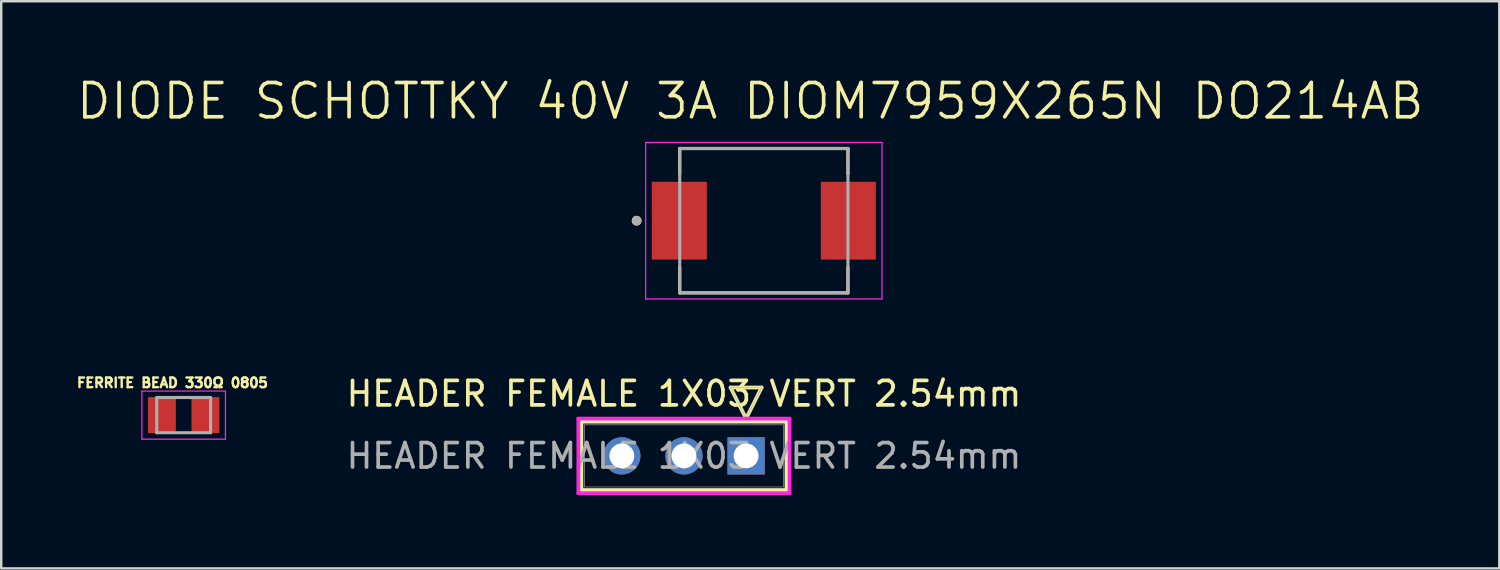
<source format=kicad_pcb>
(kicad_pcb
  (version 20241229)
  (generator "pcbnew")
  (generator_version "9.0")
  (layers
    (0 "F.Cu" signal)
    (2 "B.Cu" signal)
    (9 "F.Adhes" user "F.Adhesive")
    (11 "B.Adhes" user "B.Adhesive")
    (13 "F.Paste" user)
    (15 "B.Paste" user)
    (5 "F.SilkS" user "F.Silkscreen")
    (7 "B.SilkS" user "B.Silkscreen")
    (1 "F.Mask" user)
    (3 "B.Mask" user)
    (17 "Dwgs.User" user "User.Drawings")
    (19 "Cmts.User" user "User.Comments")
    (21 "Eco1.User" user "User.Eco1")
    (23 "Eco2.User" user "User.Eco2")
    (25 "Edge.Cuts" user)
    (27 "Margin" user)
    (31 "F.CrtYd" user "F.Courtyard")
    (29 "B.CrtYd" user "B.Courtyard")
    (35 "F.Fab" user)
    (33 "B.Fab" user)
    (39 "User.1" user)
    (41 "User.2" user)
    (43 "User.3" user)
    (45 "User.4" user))
  (footprint "DIODE SCHOTTKY 40V 3A DIOM7959X265N DO214AB"
    (layer "F.Cu")
    (at 28.173 5.971)
    (property "Reference" "DIODE SCHOTTKY 40V 3A DIOM7959X265N DO214AB" (at -0.555 -4.889 0) (layer "F.SilkS") (effects (font (size 1.4 1.4) (thickness 0.15))))
    (attr smd)
    (fp_line (start -3.438 -2.95) (end -3.438 -1.91) (stroke (width 0.127) (type solid)) (layer "F.SilkS"))
    (fp_line (start -3.438 1.91) (end -3.438 2.95) (stroke (width 0.127) (type solid)) (layer "F.SilkS"))
    (fp_line (start -3.438 2.95) (end 3.438 2.95) (stroke (width 0.127) (type solid)) (layer "F.SilkS"))
    (fp_line (start 3.438 -2.95) (end -3.438 -2.95) (stroke (width 0.127) (type solid)) (layer "F.SilkS"))
    (fp_line (start 3.438 -1.91) (end 3.438 -2.95) (stroke (width 0.127) (type solid)) (layer "F.SilkS"))
    (fp_line (start 3.438 2.95) (end 3.438 1.91) (stroke (width 0.127) (type solid)) (layer "F.SilkS"))
    (fp_circle (center -5.2 0) (end -5.1 0) (stroke (width 0.2) (type solid)) (fill no) (layer "F.SilkS"))
    (fp_line (start -4.83 -3.2) (end -4.83 3.2) (stroke (width 0.05) (type solid)) (layer "F.CrtYd"))
    (fp_line (start -4.83 3.2) (end 4.83 3.2) (stroke (width 0.05) (type solid)) (layer "F.CrtYd"))
    (fp_line (start 4.83 -3.2) (end -4.83 -3.2) (stroke (width 0.05) (type solid)) (layer "F.CrtYd"))
    (fp_line (start 4.83 3.2) (end 4.83 -3.2) (stroke (width 0.05) (type solid)) (layer "F.CrtYd"))
    (fp_line (start -3.438 -2.95) (end -3.438 2.95) (stroke (width 0.127) (type solid)) (layer "F.Fab"))
    (fp_line (start -3.438 2.95) (end 3.438 2.95) (stroke (width 0.127) (type solid)) (layer "F.Fab"))
    (fp_line (start 3.438 -2.95) (end -3.438 -2.95) (stroke (width 0.127) (type solid)) (layer "F.Fab"))
    (fp_line (start 3.438 2.95) (end 3.438 -2.95) (stroke (width 0.127) (type solid)) (layer "F.Fab"))
    (fp_circle (center -5.2 0) (end -5.1 0) (stroke (width 0.2) (type solid)) (fill no) (layer "F.Fab"))
    (pad "A" smd rect (at 3.455 0) (size 2.25 3.18) (layers "F.Cu" "F.Mask" "F.Paste"))
    (pad "C" smd rect (at -3.455 0) (size 2.25 3.18) (layers "F.Cu" "F.Mask" "F.Paste")))
  (footprint "HEADER FEMALE 1X03 VERT 2.54mm"
    (layer "F.Cu")
    (at 27.448 15.585)
    (property "Reference" "HEADER FEMALE 1X03 VERT 2.54mm" (at -2.54 -2.54 0) (unlocked yes) (layer "F.SilkS") (effects (font (size 1 1) (thickness 0.15))))
    (attr through_hole)
    (fp_line (start -6.731 -1.397) (end -6.731 1.397) (stroke (width 0.152) (type solid)) (layer "F.SilkS"))
    (fp_line (start -6.731 1.397) (end 1.651 1.397) (stroke (width 0.152) (type solid)) (layer "F.SilkS"))
    (fp_line (start -0.635 -2.794) (end 0.635 -2.794) (stroke (width 0.152) (type solid)) (layer "F.SilkS"))
    (fp_line (start 0 -1.524) (end -0.635 -2.794) (stroke (width 0.152) (type solid)) (layer "F.SilkS"))
    (fp_line (start 0.635 -2.794) (end 0 -1.524) (stroke (width 0.152) (type solid)) (layer "F.SilkS"))
    (fp_line (start 1.651 -1.397) (end -6.731 -1.397) (stroke (width 0.152) (type solid)) (layer "F.SilkS"))
    (fp_line (start 1.651 1.397) (end 1.651 -1.397) (stroke (width 0.152) (type solid)) (layer "F.SilkS"))
    (fp_line (start -6.858 -1.524) (end -6.858 1.524) (stroke (width 0.152) (type solid)) (layer "F.CrtYd"))
    (fp_line (start -6.858 1.524) (end 1.778 1.524) (stroke (width 0.152) (type solid)) (layer "F.CrtYd"))
    (fp_line (start 1.778 -1.524) (end -6.858 -1.524) (stroke (width 0.152) (type solid)) (layer "F.CrtYd"))
    (fp_line (start 1.778 1.524) (end 1.778 -1.524) (stroke (width 0.152) (type solid)) (layer "F.CrtYd"))
    (fp_line (start -6.604 -1.27) (end -6.604 1.27) (stroke (width 0.025) (type solid)) (layer "F.Fab"))
    (fp_line (start -6.604 1.27) (end 1.524 1.27) (stroke (width 0.025) (type solid)) (layer "F.Fab"))
    (fp_line (start -0.635 -2.794) (end 0.635 -2.794) (stroke (width 0.025) (type solid)) (layer "F.Fab"))
    (fp_line (start 0 -1.524) (end -0.635 -2.794) (stroke (width 0.025) (type solid)) (layer "F.Fab"))
    (fp_line (start 0.635 -2.794) (end 0 -1.524) (stroke (width 0.025) (type solid)) (layer "F.Fab"))
    (fp_line (start 1.524 -1.27) (end -6.604 -1.27) (stroke (width 0.025) (type solid)) (layer "F.Fab"))
    (fp_line (start 1.524 1.27) (end 1.524 -1.27) (stroke (width 0.025) (type solid)) (layer "F.Fab"))
    (fp_text user "${REFERENCE}" (at -2.54 0 0) (unlocked yes) (layer "F.Fab") (effects (font (size 1 1) (thickness 0.15))))
    (pad "1" thru_hole rect (at 0 0) (size 1.524 1.524) (drill 1.016) (layers "*.Cu" "*.Mask"))
    (pad "2" thru_hole circle (at -2.54 0) (size 1.524 1.524) (drill 1.016) (layers "*.Cu" "*.Mask"))
    (pad "3" thru_hole circle (at -5.08 0) (size 1.524 1.524) (drill 1.016) (layers "*.Cu" "*.Mask")))
  (footprint "FERRITE BEAD 330Ω 0805"
    (layer "F.Cu")
    (at 4.458 13.919)
    (property "Reference" "FERRITE BEAD 330Ω 0805" (at -0.46 -1.32 0) (layer "F.SilkS") (effects (font (size 0.394 0.394) (thickness 0.098))))
    (attr smd)
    (fp_line (start -1.708 -0.983) (end 1.708 -0.983) (stroke (width 0.05) (type solid)) (layer "F.CrtYd"))
    (fp_line (start -1.708 0.983) (end -1.708 -0.983) (stroke (width 0.05) (type solid)) (layer "F.CrtYd"))
    (fp_line (start -1.708 0.983) (end 1.708 0.983) (stroke (width 0.05) (type solid)) (layer "F.CrtYd"))
    (fp_line (start 1.708 0.983) (end 1.708 -0.983) (stroke (width 0.05) (type solid)) (layer "F.CrtYd"))
    (fp_line (start -1.1 0.72) (end -1.1 -0.72) (stroke (width 0.127) (type solid)) (layer "F.Fab"))
    (fp_line (start 1.1 -0.72) (end -1.1 -0.72) (stroke (width 0.127) (type solid)) (layer "F.Fab"))
    (fp_line (start 1.1 0.72) (end -1.1 0.72) (stroke (width 0.127) (type solid)) (layer "F.Fab"))
    (fp_line (start 1.1 0.72) (end 1.1 -0.72) (stroke (width 0.127) (type solid)) (layer "F.Fab"))
    (pad "1" smd rect (at -0.89 0) (size 1.14 1.47) (layers "F.Cu" "F.Mask" "F.Paste"))
    (pad "2" smd rect (at 0.89 0) (size 1.14 1.47) (layers "F.Cu" "F.Mask" "F.Paste")))
  (gr_rect
    (start -3 -3)
    (end 58.237 20.185)
    (stroke (width 0.1) (type default))
    (fill no)
    (layer "Edge.Cuts")))
</source>
